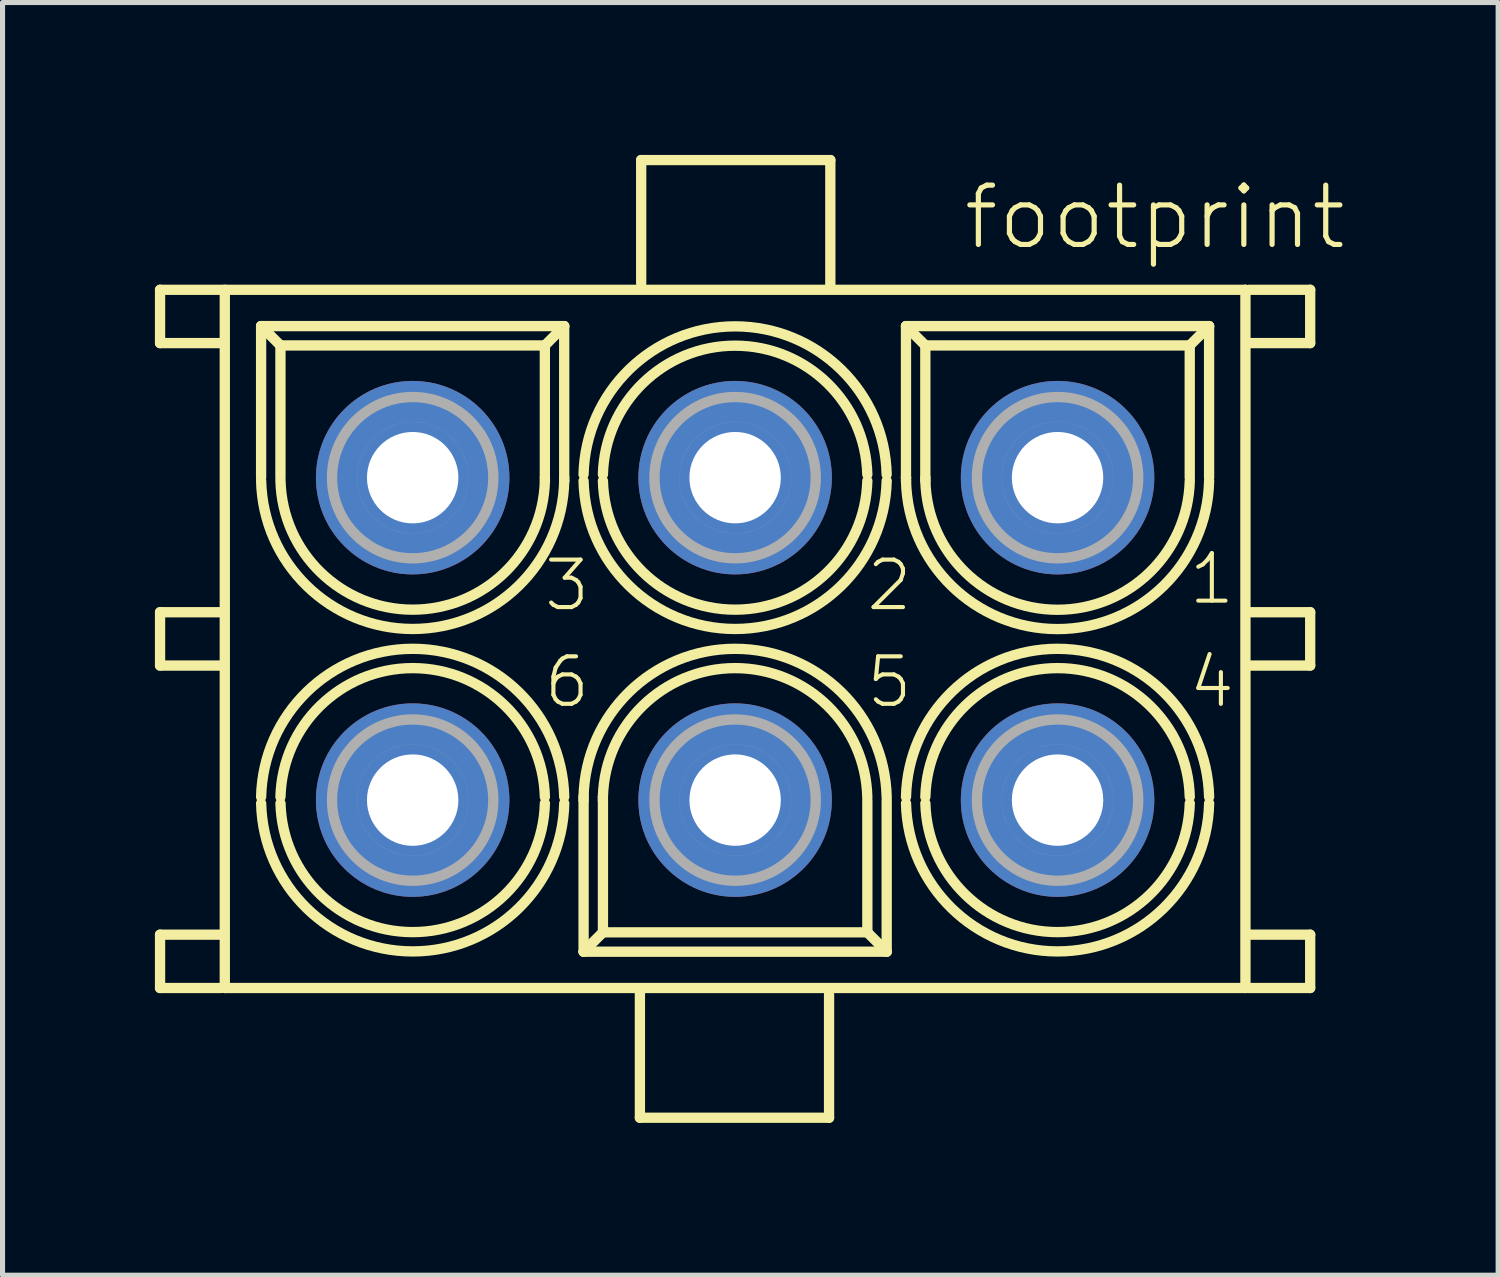
<source format=kicad_pcb>
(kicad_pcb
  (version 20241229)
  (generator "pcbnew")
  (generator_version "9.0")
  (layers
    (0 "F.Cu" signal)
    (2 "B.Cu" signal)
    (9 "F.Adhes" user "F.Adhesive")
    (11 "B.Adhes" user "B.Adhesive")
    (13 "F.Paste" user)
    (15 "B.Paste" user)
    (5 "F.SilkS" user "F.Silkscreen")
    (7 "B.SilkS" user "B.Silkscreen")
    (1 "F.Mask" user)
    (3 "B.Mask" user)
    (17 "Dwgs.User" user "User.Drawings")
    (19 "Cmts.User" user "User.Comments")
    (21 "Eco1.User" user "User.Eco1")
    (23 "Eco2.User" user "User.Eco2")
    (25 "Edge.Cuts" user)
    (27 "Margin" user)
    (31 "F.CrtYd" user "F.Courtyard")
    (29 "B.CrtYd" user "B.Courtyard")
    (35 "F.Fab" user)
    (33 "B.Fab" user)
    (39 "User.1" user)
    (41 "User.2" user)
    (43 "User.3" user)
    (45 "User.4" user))
  (footprint "footprint"
    (layer "F.Cu")
    (at 11.427 6.357)
    (property "Reference" "footprint" (at 4.445 -4.445 0) (layer "F.SilkS") (effects (font (size 1.168 1.168) (thickness 0.102)) (justify left bottom)))
    (fp_line (start -11.325 -3.7) (end -11.325 -2.65) (stroke (width 0.203) (type solid)) (layer "F.SilkS"))
    (fp_line (start -11.325 -2.65) (end -10.125 -2.65) (stroke (width 0.203) (type solid)) (layer "F.SilkS"))
    (fp_line (start -11.325 2.65) (end -11.325 3.7) (stroke (width 0.203) (type solid)) (layer "F.SilkS"))
    (fp_line (start -11.325 3.7) (end -10.125 3.7) (stroke (width 0.203) (type solid)) (layer "F.SilkS"))
    (fp_line (start -11.325 9) (end -11.325 10.05) (stroke (width 0.203) (type solid)) (layer "F.SilkS"))
    (fp_line (start -11.325 10.05) (end -10.125 10.05) (stroke (width 0.203) (type solid)) (layer "F.SilkS"))
    (fp_line (start -10.1 -3.7) (end -11.325 -3.7) (stroke (width 0.203) (type solid)) (layer "F.SilkS"))
    (fp_line (start -10.1 2.65) (end -11.325 2.65) (stroke (width 0.203) (type solid)) (layer "F.SilkS"))
    (fp_line (start -10.1 9) (end -11.325 9) (stroke (width 0.203) (type solid)) (layer "F.SilkS"))
    (fp_line (start -10.05 -3.7) (end 10.05 -3.7) (stroke (width 0.203) (type solid)) (layer "F.SilkS"))
    (fp_line (start -10.05 10.05) (end -10.05 -3.7) (stroke (width 0.203) (type solid)) (layer "F.SilkS"))
    (fp_line (start -9.335 -2.985) (end -3.366 -2.985) (stroke (width 0.203) (type solid)) (layer "F.SilkS"))
    (fp_line (start -9.335 0) (end -9.335 -2.985) (stroke (width 0.203) (type solid)) (layer "F.SilkS"))
    (fp_line (start -8.954 -2.604) (end -9.335 -2.985) (stroke (width 0.203) (type solid)) (layer "F.SilkS"))
    (fp_line (start -8.954 -2.604) (end -3.747 -2.604) (stroke (width 0.203) (type solid)) (layer "F.SilkS"))
    (fp_line (start -8.954 0) (end -8.954 -2.604) (stroke (width 0.203) (type solid)) (layer "F.SilkS"))
    (fp_line (start -3.747 -2.604) (end -3.747 0) (stroke (width 0.203) (type solid)) (layer "F.SilkS"))
    (fp_line (start -3.747 -2.604) (end -3.366 -2.985) (stroke (width 0.203) (type solid)) (layer "F.SilkS"))
    (fp_line (start -3.746 0) (end -3.746 0.064) (stroke (width 0.203) (type solid)) (layer "F.SilkS"))
    (fp_line (start -3.366 -2.985) (end -3.366 0) (stroke (width 0.203) (type solid)) (layer "F.SilkS"))
    (fp_line (start -3.365 0) (end -3.365 0.064) (stroke (width 0.203) (type solid)) (layer "F.SilkS"))
    (fp_line (start -2.985 6.35) (end -2.985 6.286) (stroke (width 0.203) (type solid)) (layer "F.SilkS"))
    (fp_line (start -2.984 9.335) (end -2.984 6.35) (stroke (width 0.203) (type solid)) (layer "F.SilkS"))
    (fp_line (start -2.604 6.35) (end -2.604 6.286) (stroke (width 0.203) (type solid)) (layer "F.SilkS"))
    (fp_line (start -2.603 8.954) (end -2.984 9.335) (stroke (width 0.203) (type solid)) (layer "F.SilkS"))
    (fp_line (start -2.603 8.954) (end -2.603 6.35) (stroke (width 0.203) (type solid)) (layer "F.SilkS"))
    (fp_line (start -1.875 10.155) (end -1.875 12.605) (stroke (width 0.203) (type solid)) (layer "F.SilkS"))
    (fp_line (start -1.875 12.605) (end 1.85 12.605) (stroke (width 0.203) (type solid)) (layer "F.SilkS"))
    (fp_line (start -1.85 -6.255) (end -1.85 -3.83) (stroke (width 0.203) (type solid)) (layer "F.SilkS"))
    (fp_line (start 1.85 12.605) (end 1.85 10.18) (stroke (width 0.203) (type solid)) (layer "F.SilkS"))
    (fp_line (start 1.875 -6.255) (end -1.85 -6.255) (stroke (width 0.203) (type solid)) (layer "F.SilkS"))
    (fp_line (start 1.875 -3.805) (end 1.875 -6.255) (stroke (width 0.203) (type solid)) (layer "F.SilkS"))
    (fp_line (start 2.604 6.35) (end 2.604 8.954) (stroke (width 0.203) (type solid)) (layer "F.SilkS"))
    (fp_line (start 2.604 8.954) (end -2.603 8.954) (stroke (width 0.203) (type solid)) (layer "F.SilkS"))
    (fp_line (start 2.604 8.954) (end 2.985 9.335) (stroke (width 0.203) (type solid)) (layer "F.SilkS"))
    (fp_line (start 2.985 6.35) (end 2.985 9.335) (stroke (width 0.203) (type solid)) (layer "F.SilkS"))
    (fp_line (start 2.985 9.335) (end -2.984 9.335) (stroke (width 0.203) (type solid)) (layer "F.SilkS"))
    (fp_line (start 3.365 -2.985) (end 9.334 -2.985) (stroke (width 0.203) (type solid)) (layer "F.SilkS"))
    (fp_line (start 3.365 0) (end 3.365 -2.985) (stroke (width 0.203) (type solid)) (layer "F.SilkS"))
    (fp_line (start 3.365 0) (end 3.366 0) (stroke (width 0.203) (type solid)) (layer "F.SilkS"))
    (fp_line (start 3.366 0.064) (end 3.366 0) (stroke (width 0.203) (type solid)) (layer "F.SilkS"))
    (fp_line (start 3.746 -2.604) (end 3.365 -2.985) (stroke (width 0.203) (type solid)) (layer "F.SilkS"))
    (fp_line (start 3.746 -2.604) (end 8.953 -2.604) (stroke (width 0.203) (type solid)) (layer "F.SilkS"))
    (fp_line (start 3.746 0) (end 3.746 -2.604) (stroke (width 0.203) (type solid)) (layer "F.SilkS"))
    (fp_line (start 3.747 0.064) (end 3.747 0) (stroke (width 0.203) (type solid)) (layer "F.SilkS"))
    (fp_line (start 8.953 -2.604) (end 8.953 0) (stroke (width 0.203) (type solid)) (layer "F.SilkS"))
    (fp_line (start 8.953 -2.604) (end 9.334 -2.985) (stroke (width 0.203) (type solid)) (layer "F.SilkS"))
    (fp_line (start 9.334 -2.985) (end 9.334 0) (stroke (width 0.203) (type solid)) (layer "F.SilkS"))
    (fp_line (start 10.05 -3.7) (end 10.05 10.05) (stroke (width 0.203) (type solid)) (layer "F.SilkS"))
    (fp_line (start 10.05 10.05) (end -10.05 10.05) (stroke (width 0.203) (type solid)) (layer "F.SilkS"))
    (fp_line (start 10.1 -2.65) (end 11.325 -2.65) (stroke (width 0.203) (type solid)) (layer "F.SilkS"))
    (fp_line (start 10.1 3.7) (end 11.325 3.7) (stroke (width 0.203) (type solid)) (layer "F.SilkS"))
    (fp_line (start 10.1 10.05) (end 11.325 10.05) (stroke (width 0.203) (type solid)) (layer "F.SilkS"))
    (fp_line (start 11.325 -3.7) (end 10.125 -3.7) (stroke (width 0.203) (type solid)) (layer "F.SilkS"))
    (fp_line (start 11.325 -2.65) (end 11.325 -3.7) (stroke (width 0.203) (type solid)) (layer "F.SilkS"))
    (fp_line (start 11.325 2.65) (end 10.125 2.65) (stroke (width 0.203) (type solid)) (layer "F.SilkS"))
    (fp_line (start 11.325 3.7) (end 11.325 2.65) (stroke (width 0.203) (type solid)) (layer "F.SilkS"))
    (fp_line (start 11.325 9) (end 10.125 9) (stroke (width 0.203) (type solid)) (layer "F.SilkS"))
    (fp_line (start 11.325 10.05) (end 11.325 9) (stroke (width 0.203) (type solid)) (layer "F.SilkS"))
    (fp_arc (start -9.3347 6.2864) (mid -6.3502 3.369907) (end -3.3657 6.2864) (stroke (width 0.2032) (type solid)) (layer "F.SilkS"))
    (fp_arc (start -8.9537 6.2864) (mid -6.350201 3.749914) (end -3.7467 6.286398) (stroke (width 0.2032) (type solid)) (layer "F.SilkS"))
    (fp_arc (start -3.7463 0.0636) (mid -6.349799 2.600086) (end -8.9533 0.063602) (stroke (width 0.2032) (type solid)) (layer "F.SilkS"))
    (fp_arc (start -3.7463 6.4136) (mid -6.3498 8.950085) (end -8.9533 6.4136) (stroke (width 0.2032) (type solid)) (layer "F.SilkS"))
    (fp_arc (start -3.3653 0.0636) (mid -6.3498 2.980093) (end -9.3343 0.0636) (stroke (width 0.2032) (type solid)) (layer "F.SilkS"))
    (fp_arc (start -3.3653 6.4136) (mid -6.349801 9.330092) (end -9.3343 6.413598) (stroke (width 0.2032) (type solid)) (layer "F.SilkS"))
    (fp_arc (start -2.9847 -0.0636) (mid -0.0002 -2.980093) (end 2.9843 -0.0636) (stroke (width 0.2032) (type solid)) (layer "F.SilkS"))
    (fp_arc (start -2.9847 6.2864) (mid -0.0002 3.369907) (end 2.9843 6.2864) (stroke (width 0.2032) (type solid)) (layer "F.SilkS"))
    (fp_arc (start -2.6037 -0.0636) (mid -0.000201 -2.600086) (end 2.6033 -0.063602) (stroke (width 0.2032) (type solid)) (layer "F.SilkS"))
    (fp_arc (start -2.6037 6.2864) (mid -0.000201 3.749914) (end 2.6033 6.286398) (stroke (width 0.2032) (type solid)) (layer "F.SilkS"))
    (fp_arc (start 2.6037 0.0636) (mid 0.000201 2.600086) (end -2.6033 0.063602) (stroke (width 0.2032) (type solid)) (layer "F.SilkS"))
    (fp_arc (start 2.9847 0.0636) (mid 0.0002 2.980093) (end -2.9843 0.0636) (stroke (width 0.2032) (type solid)) (layer "F.SilkS"))
    (fp_arc (start 3.3653 6.2864) (mid 6.3498 3.369907) (end 9.3343 6.2864) (stroke (width 0.2032) (type solid)) (layer "F.SilkS"))
    (fp_arc (start 3.7463 6.2864) (mid 6.349799 3.749914) (end 8.9533 6.286398) (stroke (width 0.2032) (type solid)) (layer "F.SilkS"))
    (fp_arc (start 8.9536 0.0636) (mid 6.35015 2.601886) (end 3.7467 0.0636) (stroke (width 0.2032) (type solid)) (layer "F.SilkS"))
    (fp_arc (start 8.9537 6.4136) (mid 6.3502 8.950085) (end 3.7467 6.4136) (stroke (width 0.2032) (type solid)) (layer "F.SilkS"))
    (fp_arc (start 9.3346 0.0636) (mid 6.35015 2.979945) (end 3.3657 0.0636) (stroke (width 0.2032) (type solid)) (layer "F.SilkS"))
    (fp_arc (start 9.3347 6.4136) (mid 6.350199 9.330092) (end 3.3657 6.413598) (stroke (width 0.2032) (type solid)) (layer "F.SilkS"))
    (fp_circle (center -6.35 0) (end -5.252 0) (stroke (width 0.001) (type solid)) (fill no) (layer "F.SilkS"))
    (fp_circle (center -6.35 6.35) (end -5.252 6.35) (stroke (width 0.001) (type solid)) (fill no) (layer "F.SilkS"))
    (fp_circle (center -6.35 6.35) (end -3.747 6.35) (stroke (width 0.001) (type solid)) (fill no) (layer "F.SilkS"))
    (fp_circle (center 0 0) (end 1.099 0) (stroke (width 0.001) (type solid)) (fill no) (layer "F.SilkS"))
    (fp_circle (center 0 0) (end 2.603 0) (stroke (width 0.001) (type solid)) (fill no) (layer "F.SilkS"))
    (fp_circle (center 0 6.35) (end 1.099 6.35) (stroke (width 0.001) (type solid)) (fill no) (layer "F.SilkS"))
    (fp_circle (center 6.35 0) (end 7.449 0) (stroke (width 0.001) (type solid)) (fill no) (layer "F.SilkS"))
    (fp_circle (center 6.35 6.35) (end 7.449 6.35) (stroke (width 0.001) (type solid)) (fill no) (layer "F.SilkS"))
    (fp_circle (center 6.35 6.35) (end 8.954 6.35) (stroke (width 0.001) (type solid)) (fill no) (layer "F.SilkS"))
    (fp_circle (center -6.35 0) (end -4.762 0) (stroke (width 0.203) (type solid)) (fill no) (layer "F.Fab"))
    (fp_circle (center -6.35 6.35) (end -4.762 6.35) (stroke (width 0.203) (type solid)) (fill no) (layer "F.Fab"))
    (fp_circle (center 0 0) (end 1.588 0) (stroke (width 0.203) (type solid)) (fill no) (layer "F.Fab"))
    (fp_circle (center 0 6.35) (end 1.588 6.35) (stroke (width 0.203) (type solid)) (fill no) (layer "F.Fab"))
    (fp_circle (center 6.35 0) (end 7.938 0) (stroke (width 0.203) (type solid)) (fill no) (layer "F.Fab"))
    (fp_circle (center 6.35 6.35) (end 7.938 6.35) (stroke (width 0.203) (type solid)) (fill no) (layer "F.Fab"))
    (fp_text user "2" (at 2.54 2.667 0) (layer "F.SilkS") (effects (font (size 0.935 0.935) (thickness 0.081)) (justify left bottom)))
    (fp_text user "6" (at -3.81 4.572 0) (layer "F.SilkS") (effects (font (size 0.935 0.935) (thickness 0.081)) (justify left bottom)))
    (fp_text user "4" (at 8.89 4.572 0) (layer "F.SilkS") (effects (font (size 0.935 0.935) (thickness 0.081)) (justify left bottom)))
    (fp_text user "5" (at 2.54 4.572 0) (layer "F.SilkS") (effects (font (size 0.935 0.935) (thickness 0.081)) (justify left bottom)))
    (fp_text user "1" (at 8.89 2.54 0) (layer "F.SilkS") (effects (font (size 0.935 0.935) (thickness 0.081)) (justify left bottom)))
    (fp_text user "3" (at -3.81 2.667 0) (layer "F.SilkS") (effects (font (size 0.935 0.935) (thickness 0.081)) (justify left bottom)))
    (pad "1" thru_hole circle (at 6.35 0 180) (size 3.81 3.81) (drill 1.8) (layers "*.Cu" "*.Mask"))
    (pad "2" thru_hole circle (at 0 0 180) (size 3.81 3.81) (drill 1.8) (layers "*.Cu" "*.Mask"))
    (pad "3" thru_hole circle (at -6.35 0 180) (size 3.81 3.81) (drill 1.8) (layers "*.Cu" "*.Mask"))
    (pad "4" thru_hole circle (at 6.35 6.35 180) (size 3.81 3.81) (drill 1.8) (layers "*.Cu" "*.Mask"))
    (pad "5" thru_hole circle (at 0 6.35) (size 3.81 3.81) (drill 1.8) (layers "*.Cu" "*.Mask"))
    (pad "6" thru_hole circle (at -6.35 6.35 180) (size 3.81 3.81) (drill 1.8) (layers "*.Cu" "*.Mask")))
  (gr_rect
    (start -3 -3)
    (end 26.454 22.063)
    (stroke (width 0.1) (type default))
    (fill no)
    (layer "Edge.Cuts")))
</source>
